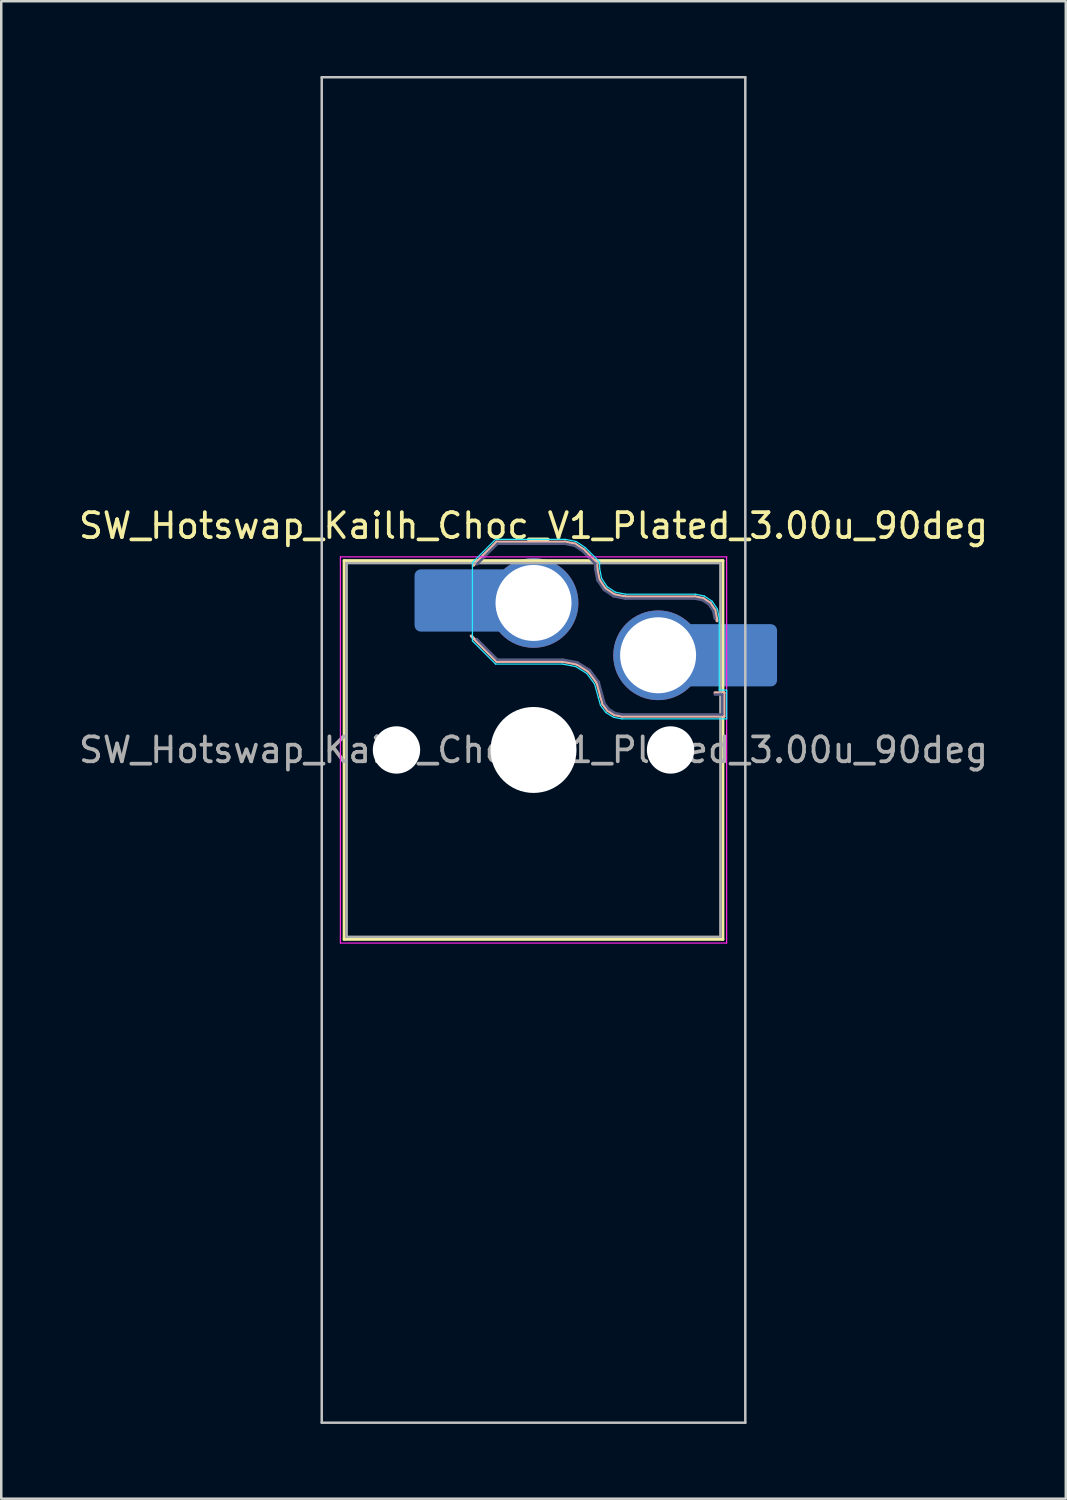
<source format=kicad_pcb>
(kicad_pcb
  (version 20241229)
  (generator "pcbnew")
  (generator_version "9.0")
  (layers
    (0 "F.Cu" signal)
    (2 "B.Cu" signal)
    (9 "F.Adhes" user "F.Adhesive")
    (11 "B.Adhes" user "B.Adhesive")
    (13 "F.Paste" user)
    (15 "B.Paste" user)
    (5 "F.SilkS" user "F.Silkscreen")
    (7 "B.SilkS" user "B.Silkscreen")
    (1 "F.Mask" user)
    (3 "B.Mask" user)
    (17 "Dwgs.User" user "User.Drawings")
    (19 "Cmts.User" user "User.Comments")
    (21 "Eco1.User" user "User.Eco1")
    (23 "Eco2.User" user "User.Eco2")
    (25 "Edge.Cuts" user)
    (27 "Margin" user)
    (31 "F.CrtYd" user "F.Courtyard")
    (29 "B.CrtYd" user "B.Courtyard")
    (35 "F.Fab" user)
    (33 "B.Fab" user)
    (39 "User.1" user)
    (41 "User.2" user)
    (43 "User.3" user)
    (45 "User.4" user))
  (footprint "SW_Hotswap_Kailh_Choc_V1_Plated_3.00u_90deg"
    (layer "F.Cu")
    (at 18.363 27.05)
    (property "Reference" "SW_Hotswap_Kailh_Choc_V1_Plated_3.00u_90deg" (at 0 -9 0) (layer "F.SilkS") (effects (font (size 1 1) (thickness 0.15))))
    (attr smd)
    (fp_line (start -7.6 -7.6) (end -7.6 7.6) (stroke (width 0.12) (type solid)) (layer "F.SilkS"))
    (fp_line (start -7.6 7.6) (end 7.6 7.6) (stroke (width 0.12) (type solid)) (layer "F.SilkS"))
    (fp_line (start 7.6 -7.6) (end -7.6 -7.6) (stroke (width 0.12) (type solid)) (layer "F.SilkS"))
    (fp_line (start 7.6 7.6) (end 7.6 -7.6) (stroke (width 0.12) (type solid)) (layer "F.SilkS"))
    (fp_line (start -2.416 -7.409) (end -1.479 -8.346) (stroke (width 0.12) (type solid)) (layer "B.SilkS"))
    (fp_line (start -1.479 -8.346) (end 1.268 -8.346) (stroke (width 0.12) (type solid)) (layer "B.SilkS"))
    (fp_line (start -1.479 -3.554) (end -2.5 -4.575) (stroke (width 0.12) (type solid)) (layer "B.SilkS"))
    (fp_line (start 1.168 -3.554) (end -1.479 -3.554) (stroke (width 0.12) (type solid)) (layer "B.SilkS"))
    (fp_line (start 1.268 -8.346) (end 1.671 -8.266) (stroke (width 0.12) (type solid)) (layer "B.SilkS"))
    (fp_line (start 1.671 -8.266) (end 2.013 -8.037) (stroke (width 0.12) (type solid)) (layer "B.SilkS"))
    (fp_line (start 1.73 -3.449) (end 1.168 -3.554) (stroke (width 0.12) (type solid)) (layer "B.SilkS"))
    (fp_line (start 2.013 -8.037) (end 2.546 -7.504) (stroke (width 0.12) (type solid)) (layer "B.SilkS"))
    (fp_line (start 2.209 -3.15) (end 1.73 -3.449) (stroke (width 0.12) (type solid)) (layer "B.SilkS"))
    (fp_line (start 2.546 -7.504) (end 2.546 -7.282) (stroke (width 0.12) (type solid)) (layer "B.SilkS"))
    (fp_line (start 2.546 -7.282) (end 2.633 -6.844) (stroke (width 0.12) (type solid)) (layer "B.SilkS"))
    (fp_line (start 2.547 -2.697) (end 2.209 -3.15) (stroke (width 0.12) (type solid)) (layer "B.SilkS"))
    (fp_line (start 2.633 -6.844) (end 2.877 -6.477) (stroke (width 0.12) (type solid)) (layer "B.SilkS"))
    (fp_line (start 2.701 -2.139) (end 2.547 -2.697) (stroke (width 0.12) (type solid)) (layer "B.SilkS"))
    (fp_line (start 2.783 -1.841) (end 2.701 -2.139) (stroke (width 0.12) (type solid)) (layer "B.SilkS"))
    (fp_line (start 2.877 -6.477) (end 3.244 -6.233) (stroke (width 0.12) (type solid)) (layer "B.SilkS"))
    (fp_line (start 2.976 -1.583) (end 2.783 -1.841) (stroke (width 0.12) (type solid)) (layer "B.SilkS"))
    (fp_line (start 3.244 -6.233) (end 3.682 -6.146) (stroke (width 0.12) (type solid)) (layer "B.SilkS"))
    (fp_line (start 3.25 -1.413) (end 2.976 -1.583) (stroke (width 0.12) (type solid)) (layer "B.SilkS"))
    (fp_line (start 3.56 -1.354) (end 3.25 -1.413) (stroke (width 0.12) (type solid)) (layer "B.SilkS"))
    (fp_line (start 3.682 -6.146) (end 6.482 -6.146) (stroke (width 0.12) (type solid)) (layer "B.SilkS"))
    (fp_line (start 6.482 -6.146) (end 6.809 -6.081) (stroke (width 0.12) (type solid)) (layer "B.SilkS"))
    (fp_line (start 6.809 -6.081) (end 7.092 -5.892) (stroke (width 0.12) (type solid)) (layer "B.SilkS"))
    (fp_line (start 7.092 -5.892) (end 7.281 -5.609) (stroke (width 0.12) (type solid)) (layer "B.SilkS"))
    (fp_line (start 7.281 -5.609) (end 7.366 -5.182) (stroke (width 0.12) (type solid)) (layer "B.SilkS"))
    (fp_line (start 7.283 -2.296) (end 7.646 -2.296) (stroke (width 0.12) (type solid)) (layer "B.SilkS"))
    (fp_line (start 7.646 -2.296) (end 7.646 -1.354) (stroke (width 0.12) (type solid)) (layer "B.SilkS"))
    (fp_line (start 7.646 -1.354) (end 3.56 -1.354) (stroke (width 0.12) (type solid)) (layer "B.SilkS"))
    (fp_line (start -8.5 -27) (end 8.5 -27) (stroke (width 0.1) (type solid)) (layer "Dwgs.User"))
    (fp_line (start -8.5 27) (end -8.5 -27) (stroke (width 0.1) (type solid)) (layer "Dwgs.User"))
    (fp_line (start 8.5 -27) (end 8.5 27) (stroke (width 0.1) (type solid)) (layer "Dwgs.User"))
    (fp_line (start 8.5 27) (end -8.5 27) (stroke (width 0.1) (type solid)) (layer "Dwgs.User"))
    (fp_line (start -7.25 -7.25) (end -7.25 7.25) (stroke (width 0.1) (type solid)) (layer "Eco1.User"))
    (fp_line (start -7.25 7.25) (end 7.25 7.25) (stroke (width 0.1) (type solid)) (layer "Eco1.User"))
    (fp_line (start 7.25 -7.25) (end -7.25 -7.25) (stroke (width 0.1) (type solid)) (layer "Eco1.User"))
    (fp_line (start 7.25 7.25) (end 7.25 -7.25) (stroke (width 0.1) (type solid)) (layer "Eco1.User"))
    (fp_line (start -2.452 -7.523) (end -1.523 -8.452) (stroke (width 0.05) (type solid)) (layer "B.CrtYd"))
    (fp_line (start -2.452 -4.377) (end -2.452 -7.523) (stroke (width 0.05) (type solid)) (layer "B.CrtYd"))
    (fp_line (start -1.523 -8.452) (end 1.278 -8.452) (stroke (width 0.05) (type solid)) (layer "B.CrtYd"))
    (fp_line (start -1.523 -3.448) (end -2.452 -4.377) (stroke (width 0.05) (type solid)) (layer "B.CrtYd"))
    (fp_line (start 1.159 -3.448) (end -1.523 -3.448) (stroke (width 0.05) (type solid)) (layer "B.CrtYd"))
    (fp_line (start 1.278 -8.452) (end 1.712 -8.366) (stroke (width 0.05) (type solid)) (layer "B.CrtYd"))
    (fp_line (start 1.691 -3.348) (end 1.159 -3.448) (stroke (width 0.05) (type solid)) (layer "B.CrtYd"))
    (fp_line (start 1.712 -8.366) (end 2.081 -8.119) (stroke (width 0.05) (type solid)) (layer "B.CrtYd"))
    (fp_line (start 2.081 -8.119) (end 2.652 -7.548) (stroke (width 0.05) (type solid)) (layer "B.CrtYd"))
    (fp_line (start 2.136 -3.071) (end 1.691 -3.348) (stroke (width 0.05) (type solid)) (layer "B.CrtYd"))
    (fp_line (start 2.45 -2.65) (end 2.136 -3.071) (stroke (width 0.05) (type solid)) (layer "B.CrtYd"))
    (fp_line (start 2.599 -2.111) (end 2.45 -2.65) (stroke (width 0.05) (type solid)) (layer "B.CrtYd"))
    (fp_line (start 2.652 -7.548) (end 2.652 -7.292) (stroke (width 0.05) (type solid)) (layer "B.CrtYd"))
    (fp_line (start 2.652 -7.292) (end 2.733 -6.885) (stroke (width 0.05) (type solid)) (layer "B.CrtYd"))
    (fp_line (start 2.687 -1.794) (end 2.599 -2.111) (stroke (width 0.05) (type solid)) (layer "B.CrtYd"))
    (fp_line (start 2.733 -6.885) (end 2.953 -6.553) (stroke (width 0.05) (type solid)) (layer "B.CrtYd"))
    (fp_line (start 2.903 -1.503) (end 2.687 -1.794) (stroke (width 0.05) (type solid)) (layer "B.CrtYd"))
    (fp_line (start 2.953 -6.553) (end 3.285 -6.333) (stroke (width 0.05) (type solid)) (layer "B.CrtYd"))
    (fp_line (start 3.211 -1.312) (end 2.903 -1.503) (stroke (width 0.05) (type solid)) (layer "B.CrtYd"))
    (fp_line (start 3.285 -6.333) (end 3.692 -6.252) (stroke (width 0.05) (type solid)) (layer "B.CrtYd"))
    (fp_line (start 3.55 -1.248) (end 3.211 -1.312) (stroke (width 0.05) (type solid)) (layer "B.CrtYd"))
    (fp_line (start 3.692 -6.252) (end 6.492 -6.252) (stroke (width 0.05) (type solid)) (layer "B.CrtYd"))
    (fp_line (start 6.492 -6.252) (end 6.85 -6.181) (stroke (width 0.05) (type solid)) (layer "B.CrtYd"))
    (fp_line (start 6.85 -6.181) (end 7.168 -5.968) (stroke (width 0.05) (type solid)) (layer "B.CrtYd"))
    (fp_line (start 7.168 -5.968) (end 7.381 -5.65) (stroke (width 0.05) (type solid)) (layer "B.CrtYd"))
    (fp_line (start 7.381 -5.65) (end 7.452 -5.292) (stroke (width 0.05) (type solid)) (layer "B.CrtYd"))
    (fp_line (start 7.452 -5.292) (end 7.452 -2.402) (stroke (width 0.05) (type solid)) (layer "B.CrtYd"))
    (fp_line (start 7.452 -2.402) (end 7.752 -2.402) (stroke (width 0.05) (type solid)) (layer "B.CrtYd"))
    (fp_line (start 7.752 -2.402) (end 7.752 -1.248) (stroke (width 0.05) (type solid)) (layer "B.CrtYd"))
    (fp_line (start 7.752 -1.248) (end 3.55 -1.248) (stroke (width 0.05) (type solid)) (layer "B.CrtYd"))
    (fp_line (start -7.75 -7.75) (end -7.75 7.75) (stroke (width 0.05) (type solid)) (layer "F.CrtYd"))
    (fp_line (start -7.75 7.75) (end 7.75 7.75) (stroke (width 0.05) (type solid)) (layer "F.CrtYd"))
    (fp_line (start 7.75 -7.75) (end -7.75 -7.75) (stroke (width 0.05) (type solid)) (layer "F.CrtYd"))
    (fp_line (start 7.75 7.75) (end 7.75 -7.75) (stroke (width 0.05) (type solid)) (layer "F.CrtYd"))
    (fp_line (start -2.275 -7.45) (end -1.45 -8.275) (stroke (width 0.1) (type solid)) (layer "B.Fab"))
    (fp_line (start -1.45 -8.275) (end 1.261 -8.275) (stroke (width 0.1) (type solid)) (layer "B.Fab"))
    (fp_line (start -1.45 -3.625) (end -2.275 -4.45) (stroke (width 0.1) (type solid)) (layer "B.Fab"))
    (fp_line (start 1.175 -3.625) (end -1.45 -3.625) (stroke (width 0.1) (type solid)) (layer "B.Fab"))
    (fp_line (start 1.261 -8.275) (end 1.643 -8.199) (stroke (width 0.1) (type solid)) (layer "B.Fab"))
    (fp_line (start 1.643 -8.199) (end 1.968 -7.982) (stroke (width 0.1) (type solid)) (layer "B.Fab"))
    (fp_line (start 1.756 -3.516) (end 1.175 -3.625) (stroke (width 0.1) (type solid)) (layer "B.Fab"))
    (fp_line (start 1.968 -7.982) (end 2.475 -7.475) (stroke (width 0.1) (type solid)) (layer "B.Fab"))
    (fp_line (start 2.258 -3.203) (end 1.756 -3.516) (stroke (width 0.1) (type solid)) (layer "B.Fab"))
    (fp_line (start 2.475 -7.475) (end 2.475 -7.275) (stroke (width 0.1) (type solid)) (layer "B.Fab"))
    (fp_line (start 2.475 -7.275) (end 2.566 -6.816) (stroke (width 0.1) (type solid)) (layer "B.Fab"))
    (fp_line (start 2.566 -6.816) (end 2.826 -6.426) (stroke (width 0.1) (type solid)) (layer "B.Fab"))
    (fp_line (start 2.612 -2.729) (end 2.258 -3.203) (stroke (width 0.1) (type solid)) (layer "B.Fab"))
    (fp_line (start 2.769 -2.158) (end 2.612 -2.729) (stroke (width 0.1) (type solid)) (layer "B.Fab"))
    (fp_line (start 2.826 -6.426) (end 3.216 -6.166) (stroke (width 0.1) (type solid)) (layer "B.Fab"))
    (fp_line (start 2.848 -1.873) (end 2.769 -2.158) (stroke (width 0.1) (type solid)) (layer "B.Fab"))
    (fp_line (start 3.025 -1.636) (end 2.848 -1.873) (stroke (width 0.1) (type solid)) (layer "B.Fab"))
    (fp_line (start 3.216 -6.166) (end 3.675 -6.075) (stroke (width 0.1) (type solid)) (layer "B.Fab"))
    (fp_line (start 3.276 -1.48) (end 3.025 -1.636) (stroke (width 0.1) (type solid)) (layer "B.Fab"))
    (fp_line (start 3.567 -1.425) (end 3.276 -1.48) (stroke (width 0.1) (type solid)) (layer "B.Fab"))
    (fp_line (start 3.675 -6.075) (end 6.475 -6.075) (stroke (width 0.1) (type solid)) (layer "B.Fab"))
    (fp_line (start 6.475 -6.075) (end 6.781 -6.014) (stroke (width 0.1) (type solid)) (layer "B.Fab"))
    (fp_line (start 6.781 -6.014) (end 7.041 -5.841) (stroke (width 0.1) (type solid)) (layer "B.Fab"))
    (fp_line (start 7.041 -5.841) (end 7.214 -5.581) (stroke (width 0.1) (type solid)) (layer "B.Fab"))
    (fp_line (start 7.214 -5.581) (end 7.275 -5.275) (stroke (width 0.1) (type solid)) (layer "B.Fab"))
    (fp_line (start 7.275 -2.225) (end 7.575 -2.225) (stroke (width 0.1) (type solid)) (layer "B.Fab"))
    (fp_line (start 7.575 -2.225) (end 7.575 -1.425) (stroke (width 0.1) (type solid)) (layer "B.Fab"))
    (fp_line (start 7.575 -1.425) (end 3.567 -1.425) (stroke (width 0.1) (type solid)) (layer "B.Fab"))
    (fp_line (start -7.5 -7.5) (end -7.5 7.5) (stroke (width 0.1) (type solid)) (layer "F.Fab"))
    (fp_line (start -7.5 7.5) (end 7.5 7.5) (stroke (width 0.1) (type solid)) (layer "F.Fab"))
    (fp_line (start 7.5 -7.5) (end -7.5 -7.5) (stroke (width 0.1) (type solid)) (layer "F.Fab"))
    (fp_line (start 7.5 7.5) (end 7.5 -7.5) (stroke (width 0.1) (type solid)) (layer "F.Fab"))
    (fp_text user "${REFERENCE}" (at 0 0 0) (layer "F.Fab") (effects (font (size 1 1) (thickness 0.15))))
    (pad "" np_thru_hole circle (at -5.5 0) (size 1.9 1.9) (drill 1.9) (layers "*.Cu" "*.Mask"))
    (pad "" smd roundrect (at -3.5 -6) (size 2.55 2.5) (layers "B.Mask" "B.Paste") (roundrect_rratio 0.1))
    (pad "" np_thru_hole circle (at 0 0) (size 3.45 3.45) (drill 3.45) (layers "*.Cu" "*.Mask"))
    (pad "" np_thru_hole circle (at 5.5 0) (size 1.9 1.9) (drill 1.9) (layers "*.Cu" "*.Mask"))
    (pad "" smd roundrect (at 8.5 -3.8) (size 2.55 2.5) (layers "B.Mask" "B.Paste") (roundrect_rratio 0.1))
    (pad "1" smd roundrect (at -2.85 -6) (size 3.85 2.5) (layers "B.Cu") (roundrect_rratio 0.1))
    (pad "1" thru_hole circle (at 0 -5.9) (size 3.6 3.6) (drill 3.05) (layers "*.Cu" "*.Mask"))
    (pad "2" thru_hole circle (at 5 -3.8) (size 3.6 3.6) (drill 3.05) (layers "*.Cu" "*.Mask"))
    (pad "2" smd roundrect (at 7.85 -3.8) (size 3.85 2.5) (layers "B.Cu") (roundrect_rratio 0.1)))
  (gr_rect
    (start -3 -3)
    (end 39.726 57.1)
    (stroke (width 0.1) (type default))
    (fill no)
    (layer "Edge.Cuts")))
</source>
